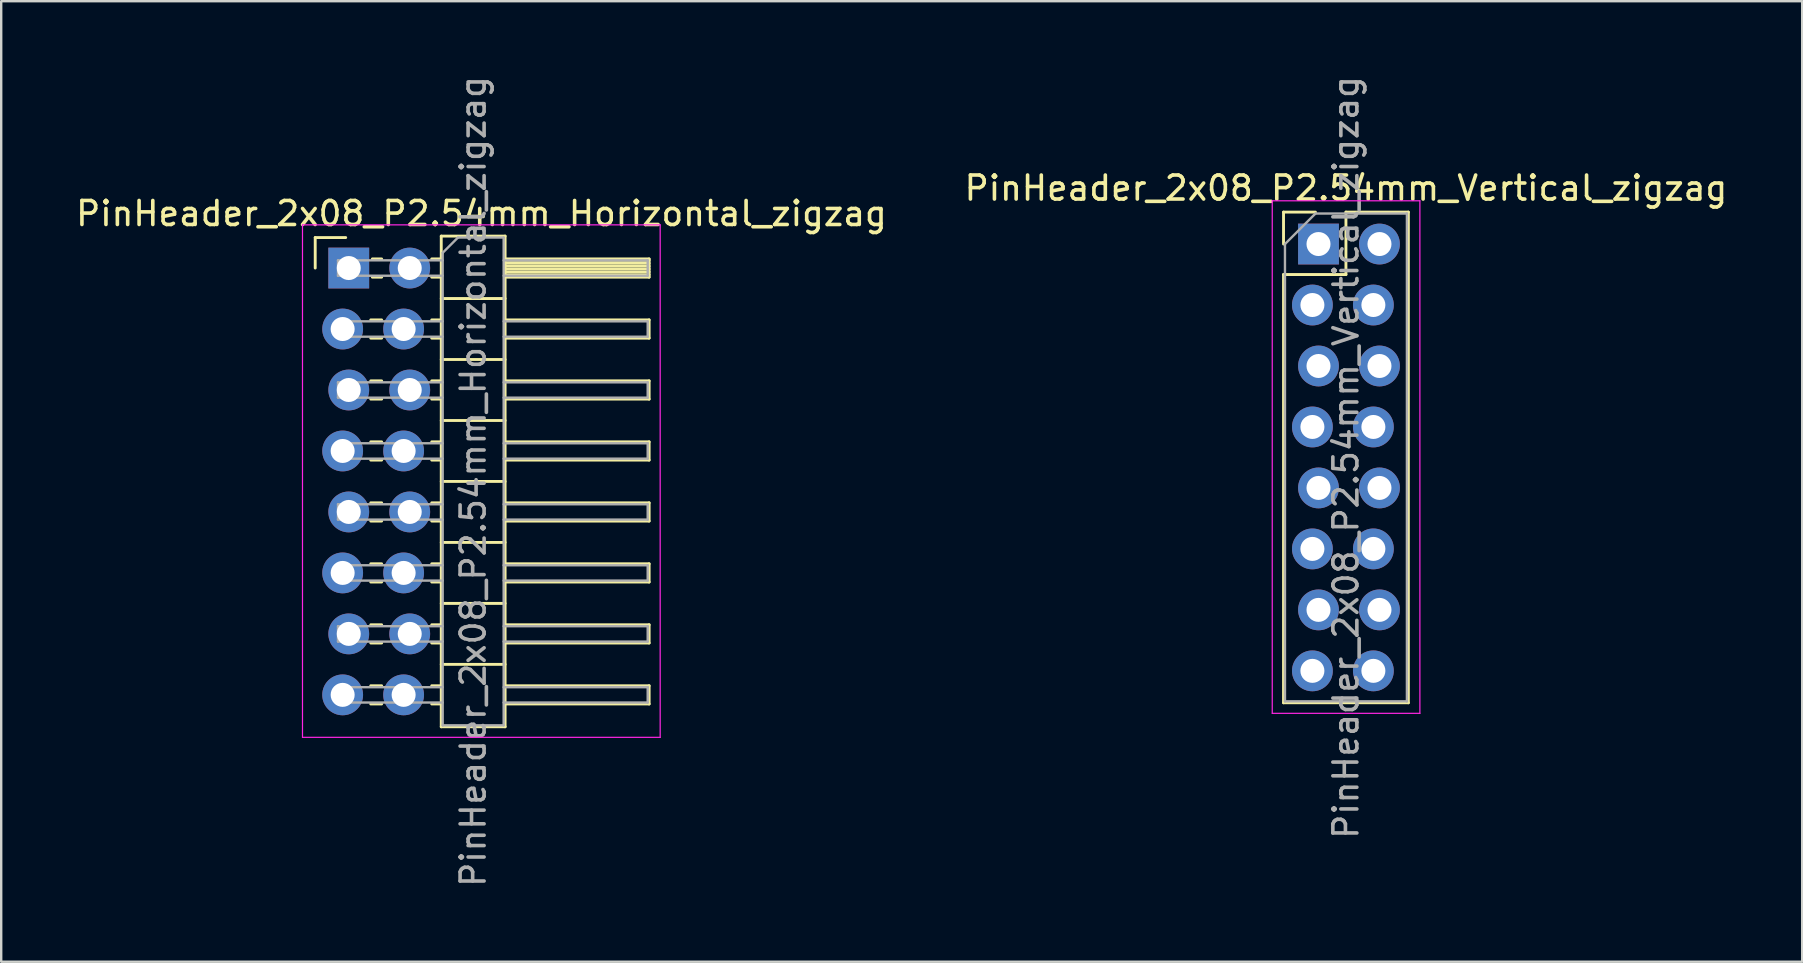
<source format=kicad_pcb>
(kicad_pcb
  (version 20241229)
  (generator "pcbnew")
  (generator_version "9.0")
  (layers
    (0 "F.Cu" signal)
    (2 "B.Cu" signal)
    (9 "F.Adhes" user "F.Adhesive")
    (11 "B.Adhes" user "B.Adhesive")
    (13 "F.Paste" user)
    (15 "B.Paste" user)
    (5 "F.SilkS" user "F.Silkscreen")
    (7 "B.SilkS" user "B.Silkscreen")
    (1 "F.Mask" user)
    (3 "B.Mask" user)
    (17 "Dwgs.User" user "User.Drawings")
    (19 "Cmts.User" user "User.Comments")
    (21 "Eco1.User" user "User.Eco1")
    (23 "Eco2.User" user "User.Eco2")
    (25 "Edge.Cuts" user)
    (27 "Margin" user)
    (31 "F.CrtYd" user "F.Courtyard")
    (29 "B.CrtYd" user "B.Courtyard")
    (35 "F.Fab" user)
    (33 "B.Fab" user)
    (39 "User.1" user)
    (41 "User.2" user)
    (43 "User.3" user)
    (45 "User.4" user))
  (footprint "PinHeader_2x08_P2.54mm_Horizontal_zigzag"
    (layer "F.Cu")
    (at 11.351 8.116)
    (property "Reference" "PinHeader_2x08_P2.54mm_Horizontal_zigzag" (at 5.655 -2.27 0) (layer "F.SilkS") (effects (font (size 1 1) (thickness 0.15))))
    (attr through_hole)
    (fp_line (start -1.27 -1.27) (end 0 -1.27) (stroke (width 0.12) (type solid)) (layer "F.SilkS"))
    (fp_line (start -1.27 0) (end -1.27 -1.27) (stroke (width 0.12) (type solid)) (layer "F.SilkS"))
    (fp_line (start 1.043 2.16) (end 1.497 2.16) (stroke (width 0.12) (type solid)) (layer "F.SilkS"))
    (fp_line (start 1.043 2.92) (end 1.497 2.92) (stroke (width 0.12) (type solid)) (layer "F.SilkS"))
    (fp_line (start 1.043 4.7) (end 1.497 4.7) (stroke (width 0.12) (type solid)) (layer "F.SilkS"))
    (fp_line (start 1.043 5.46) (end 1.497 5.46) (stroke (width 0.12) (type solid)) (layer "F.SilkS"))
    (fp_line (start 1.043 7.24) (end 1.497 7.24) (stroke (width 0.12) (type solid)) (layer "F.SilkS"))
    (fp_line (start 1.043 8) (end 1.497 8) (stroke (width 0.12) (type solid)) (layer "F.SilkS"))
    (fp_line (start 1.043 9.78) (end 1.497 9.78) (stroke (width 0.12) (type solid)) (layer "F.SilkS"))
    (fp_line (start 1.043 10.54) (end 1.497 10.54) (stroke (width 0.12) (type solid)) (layer "F.SilkS"))
    (fp_line (start 1.043 12.32) (end 1.497 12.32) (stroke (width 0.12) (type solid)) (layer "F.SilkS"))
    (fp_line (start 1.043 13.08) (end 1.497 13.08) (stroke (width 0.12) (type solid)) (layer "F.SilkS"))
    (fp_line (start 1.043 14.86) (end 1.497 14.86) (stroke (width 0.12) (type solid)) (layer "F.SilkS"))
    (fp_line (start 1.043 15.62) (end 1.497 15.62) (stroke (width 0.12) (type solid)) (layer "F.SilkS"))
    (fp_line (start 1.043 17.4) (end 1.497 17.4) (stroke (width 0.12) (type solid)) (layer "F.SilkS"))
    (fp_line (start 1.043 18.16) (end 1.497 18.16) (stroke (width 0.12) (type solid)) (layer "F.SilkS"))
    (fp_line (start 1.11 -0.38) (end 1.497 -0.38) (stroke (width 0.12) (type solid)) (layer "F.SilkS"))
    (fp_line (start 1.11 0.38) (end 1.497 0.38) (stroke (width 0.12) (type solid)) (layer "F.SilkS"))
    (fp_line (start 3.583 -0.38) (end 3.98 -0.38) (stroke (width 0.12) (type solid)) (layer "F.SilkS"))
    (fp_line (start 3.583 0.38) (end 3.98 0.38) (stroke (width 0.12) (type solid)) (layer "F.SilkS"))
    (fp_line (start 3.583 2.16) (end 3.98 2.16) (stroke (width 0.12) (type solid)) (layer "F.SilkS"))
    (fp_line (start 3.583 2.92) (end 3.98 2.92) (stroke (width 0.12) (type solid)) (layer "F.SilkS"))
    (fp_line (start 3.583 4.7) (end 3.98 4.7) (stroke (width 0.12) (type solid)) (layer "F.SilkS"))
    (fp_line (start 3.583 5.46) (end 3.98 5.46) (stroke (width 0.12) (type solid)) (layer "F.SilkS"))
    (fp_line (start 3.583 7.24) (end 3.98 7.24) (stroke (width 0.12) (type solid)) (layer "F.SilkS"))
    (fp_line (start 3.583 8) (end 3.98 8) (stroke (width 0.12) (type solid)) (layer "F.SilkS"))
    (fp_line (start 3.583 9.78) (end 3.98 9.78) (stroke (width 0.12) (type solid)) (layer "F.SilkS"))
    (fp_line (start 3.583 10.54) (end 3.98 10.54) (stroke (width 0.12) (type solid)) (layer "F.SilkS"))
    (fp_line (start 3.583 12.32) (end 3.98 12.32) (stroke (width 0.12) (type solid)) (layer "F.SilkS"))
    (fp_line (start 3.583 13.08) (end 3.98 13.08) (stroke (width 0.12) (type solid)) (layer "F.SilkS"))
    (fp_line (start 3.583 14.86) (end 3.98 14.86) (stroke (width 0.12) (type solid)) (layer "F.SilkS"))
    (fp_line (start 3.583 15.62) (end 3.98 15.62) (stroke (width 0.12) (type solid)) (layer "F.SilkS"))
    (fp_line (start 3.583 17.4) (end 3.98 17.4) (stroke (width 0.12) (type solid)) (layer "F.SilkS"))
    (fp_line (start 3.583 18.16) (end 3.98 18.16) (stroke (width 0.12) (type solid)) (layer "F.SilkS"))
    (fp_line (start 3.98 -1.33) (end 3.98 19.11) (stroke (width 0.12) (type solid)) (layer "F.SilkS"))
    (fp_line (start 3.98 1.27) (end 6.64 1.27) (stroke (width 0.12) (type solid)) (layer "F.SilkS"))
    (fp_line (start 3.98 3.81) (end 6.64 3.81) (stroke (width 0.12) (type solid)) (layer "F.SilkS"))
    (fp_line (start 3.98 6.35) (end 6.64 6.35) (stroke (width 0.12) (type solid)) (layer "F.SilkS"))
    (fp_line (start 3.98 8.89) (end 6.64 8.89) (stroke (width 0.12) (type solid)) (layer "F.SilkS"))
    (fp_line (start 3.98 11.43) (end 6.64 11.43) (stroke (width 0.12) (type solid)) (layer "F.SilkS"))
    (fp_line (start 3.98 13.97) (end 6.64 13.97) (stroke (width 0.12) (type solid)) (layer "F.SilkS"))
    (fp_line (start 3.98 16.51) (end 6.64 16.51) (stroke (width 0.12) (type solid)) (layer "F.SilkS"))
    (fp_line (start 3.98 19.11) (end 6.64 19.11) (stroke (width 0.12) (type solid)) (layer "F.SilkS"))
    (fp_line (start 6.64 -1.33) (end 3.98 -1.33) (stroke (width 0.12) (type solid)) (layer "F.SilkS"))
    (fp_line (start 6.64 -0.38) (end 12.64 -0.38) (stroke (width 0.12) (type solid)) (layer "F.SilkS"))
    (fp_line (start 6.64 -0.32) (end 12.64 -0.32) (stroke (width 0.12) (type solid)) (layer "F.SilkS"))
    (fp_line (start 6.64 -0.2) (end 12.64 -0.2) (stroke (width 0.12) (type solid)) (layer "F.SilkS"))
    (fp_line (start 6.64 -0.08) (end 12.64 -0.08) (stroke (width 0.12) (type solid)) (layer "F.SilkS"))
    (fp_line (start 6.64 0.04) (end 12.64 0.04) (stroke (width 0.12) (type solid)) (layer "F.SilkS"))
    (fp_line (start 6.64 0.16) (end 12.64 0.16) (stroke (width 0.12) (type solid)) (layer "F.SilkS"))
    (fp_line (start 6.64 0.28) (end 12.64 0.28) (stroke (width 0.12) (type solid)) (layer "F.SilkS"))
    (fp_line (start 6.64 2.16) (end 12.64 2.16) (stroke (width 0.12) (type solid)) (layer "F.SilkS"))
    (fp_line (start 6.64 4.7) (end 12.64 4.7) (stroke (width 0.12) (type solid)) (layer "F.SilkS"))
    (fp_line (start 6.64 7.24) (end 12.64 7.24) (stroke (width 0.12) (type solid)) (layer "F.SilkS"))
    (fp_line (start 6.64 9.78) (end 12.64 9.78) (stroke (width 0.12) (type solid)) (layer "F.SilkS"))
    (fp_line (start 6.64 12.32) (end 12.64 12.32) (stroke (width 0.12) (type solid)) (layer "F.SilkS"))
    (fp_line (start 6.64 14.86) (end 12.64 14.86) (stroke (width 0.12) (type solid)) (layer "F.SilkS"))
    (fp_line (start 6.64 17.4) (end 12.64 17.4) (stroke (width 0.12) (type solid)) (layer "F.SilkS"))
    (fp_line (start 6.64 19.11) (end 6.64 -1.33) (stroke (width 0.12) (type solid)) (layer "F.SilkS"))
    (fp_line (start 12.64 -0.38) (end 12.64 0.38) (stroke (width 0.12) (type solid)) (layer "F.SilkS"))
    (fp_line (start 12.64 0.38) (end 6.64 0.38) (stroke (width 0.12) (type solid)) (layer "F.SilkS"))
    (fp_line (start 12.64 2.16) (end 12.64 2.92) (stroke (width 0.12) (type solid)) (layer "F.SilkS"))
    (fp_line (start 12.64 2.92) (end 6.64 2.92) (stroke (width 0.12) (type solid)) (layer "F.SilkS"))
    (fp_line (start 12.64 4.7) (end 12.64 5.46) (stroke (width 0.12) (type solid)) (layer "F.SilkS"))
    (fp_line (start 12.64 5.46) (end 6.64 5.46) (stroke (width 0.12) (type solid)) (layer "F.SilkS"))
    (fp_line (start 12.64 7.24) (end 12.64 8) (stroke (width 0.12) (type solid)) (layer "F.SilkS"))
    (fp_line (start 12.64 8) (end 6.64 8) (stroke (width 0.12) (type solid)) (layer "F.SilkS"))
    (fp_line (start 12.64 9.78) (end 12.64 10.54) (stroke (width 0.12) (type solid)) (layer "F.SilkS"))
    (fp_line (start 12.64 10.54) (end 6.64 10.54) (stroke (width 0.12) (type solid)) (layer "F.SilkS"))
    (fp_line (start 12.64 12.32) (end 12.64 13.08) (stroke (width 0.12) (type solid)) (layer "F.SilkS"))
    (fp_line (start 12.64 13.08) (end 6.64 13.08) (stroke (width 0.12) (type solid)) (layer "F.SilkS"))
    (fp_line (start 12.64 14.86) (end 12.64 15.62) (stroke (width 0.12) (type solid)) (layer "F.SilkS"))
    (fp_line (start 12.64 15.62) (end 6.64 15.62) (stroke (width 0.12) (type solid)) (layer "F.SilkS"))
    (fp_line (start 12.64 17.4) (end 12.64 18.16) (stroke (width 0.12) (type solid)) (layer "F.SilkS"))
    (fp_line (start 12.64 18.16) (end 6.64 18.16) (stroke (width 0.12) (type solid)) (layer "F.SilkS"))
    (fp_line (start -1.8 -1.8) (end -1.8 19.55) (stroke (width 0.05) (type solid)) (layer "F.CrtYd"))
    (fp_line (start -1.8 19.55) (end 13.1 19.55) (stroke (width 0.05) (type solid)) (layer "F.CrtYd"))
    (fp_line (start 13.1 -1.8) (end -1.8 -1.8) (stroke (width 0.05) (type solid)) (layer "F.CrtYd"))
    (fp_line (start 13.1 19.55) (end 13.1 -1.8) (stroke (width 0.05) (type solid)) (layer "F.CrtYd"))
    (fp_line (start -0.32 -0.32) (end -0.32 0.32) (stroke (width 0.1) (type solid)) (layer "F.Fab"))
    (fp_line (start -0.32 -0.32) (end 4.04 -0.32) (stroke (width 0.1) (type solid)) (layer "F.Fab"))
    (fp_line (start -0.32 0.32) (end 4.04 0.32) (stroke (width 0.1) (type solid)) (layer "F.Fab"))
    (fp_line (start -0.32 2.22) (end -0.32 2.86) (stroke (width 0.1) (type solid)) (layer "F.Fab"))
    (fp_line (start -0.32 2.22) (end 4.04 2.22) (stroke (width 0.1) (type solid)) (layer "F.Fab"))
    (fp_line (start -0.32 2.86) (end 4.04 2.86) (stroke (width 0.1) (type solid)) (layer "F.Fab"))
    (fp_line (start -0.32 4.76) (end -0.32 5.4) (stroke (width 0.1) (type solid)) (layer "F.Fab"))
    (fp_line (start -0.32 4.76) (end 4.04 4.76) (stroke (width 0.1) (type solid)) (layer "F.Fab"))
    (fp_line (start -0.32 5.4) (end 4.04 5.4) (stroke (width 0.1) (type solid)) (layer "F.Fab"))
    (fp_line (start -0.32 7.3) (end -0.32 7.94) (stroke (width 0.1) (type solid)) (layer "F.Fab"))
    (fp_line (start -0.32 7.3) (end 4.04 7.3) (stroke (width 0.1) (type solid)) (layer "F.Fab"))
    (fp_line (start -0.32 7.94) (end 4.04 7.94) (stroke (width 0.1) (type solid)) (layer "F.Fab"))
    (fp_line (start -0.32 9.84) (end -0.32 10.48) (stroke (width 0.1) (type solid)) (layer "F.Fab"))
    (fp_line (start -0.32 9.84) (end 4.04 9.84) (stroke (width 0.1) (type solid)) (layer "F.Fab"))
    (fp_line (start -0.32 10.48) (end 4.04 10.48) (stroke (width 0.1) (type solid)) (layer "F.Fab"))
    (fp_line (start -0.32 12.38) (end -0.32 13.02) (stroke (width 0.1) (type solid)) (layer "F.Fab"))
    (fp_line (start -0.32 12.38) (end 4.04 12.38) (stroke (width 0.1) (type solid)) (layer "F.Fab"))
    (fp_line (start -0.32 13.02) (end 4.04 13.02) (stroke (width 0.1) (type solid)) (layer "F.Fab"))
    (fp_line (start -0.32 14.92) (end -0.32 15.56) (stroke (width 0.1) (type solid)) (layer "F.Fab"))
    (fp_line (start -0.32 14.92) (end 4.04 14.92) (stroke (width 0.1) (type solid)) (layer "F.Fab"))
    (fp_line (start -0.32 15.56) (end 4.04 15.56) (stroke (width 0.1) (type solid)) (layer "F.Fab"))
    (fp_line (start -0.32 17.46) (end -0.32 18.1) (stroke (width 0.1) (type solid)) (layer "F.Fab"))
    (fp_line (start -0.32 17.46) (end 4.04 17.46) (stroke (width 0.1) (type solid)) (layer "F.Fab"))
    (fp_line (start -0.32 18.1) (end 4.04 18.1) (stroke (width 0.1) (type solid)) (layer "F.Fab"))
    (fp_line (start 4.04 -0.635) (end 4.675 -1.27) (stroke (width 0.1) (type solid)) (layer "F.Fab"))
    (fp_line (start 4.04 19.05) (end 4.04 -0.635) (stroke (width 0.1) (type solid)) (layer "F.Fab"))
    (fp_line (start 4.675 -1.27) (end 6.58 -1.27) (stroke (width 0.1) (type solid)) (layer "F.Fab"))
    (fp_line (start 6.58 -1.27) (end 6.58 19.05) (stroke (width 0.1) (type solid)) (layer "F.Fab"))
    (fp_line (start 6.58 -0.32) (end 12.58 -0.32) (stroke (width 0.1) (type solid)) (layer "F.Fab"))
    (fp_line (start 6.58 0.32) (end 12.58 0.32) (stroke (width 0.1) (type solid)) (layer "F.Fab"))
    (fp_line (start 6.58 2.22) (end 12.58 2.22) (stroke (width 0.1) (type solid)) (layer "F.Fab"))
    (fp_line (start 6.58 2.86) (end 12.58 2.86) (stroke (width 0.1) (type solid)) (layer "F.Fab"))
    (fp_line (start 6.58 4.76) (end 12.58 4.76) (stroke (width 0.1) (type solid)) (layer "F.Fab"))
    (fp_line (start 6.58 5.4) (end 12.58 5.4) (stroke (width 0.1) (type solid)) (layer "F.Fab"))
    (fp_line (start 6.58 7.3) (end 12.58 7.3) (stroke (width 0.1) (type solid)) (layer "F.Fab"))
    (fp_line (start 6.58 7.94) (end 12.58 7.94) (stroke (width 0.1) (type solid)) (layer "F.Fab"))
    (fp_line (start 6.58 9.84) (end 12.58 9.84) (stroke (width 0.1) (type solid)) (layer "F.Fab"))
    (fp_line (start 6.58 10.48) (end 12.58 10.48) (stroke (width 0.1) (type solid)) (layer "F.Fab"))
    (fp_line (start 6.58 12.38) (end 12.58 12.38) (stroke (width 0.1) (type solid)) (layer "F.Fab"))
    (fp_line (start 6.58 13.02) (end 12.58 13.02) (stroke (width 0.1) (type solid)) (layer "F.Fab"))
    (fp_line (start 6.58 14.92) (end 12.58 14.92) (stroke (width 0.1) (type solid)) (layer "F.Fab"))
    (fp_line (start 6.58 15.56) (end 12.58 15.56) (stroke (width 0.1) (type solid)) (layer "F.Fab"))
    (fp_line (start 6.58 17.46) (end 12.58 17.46) (stroke (width 0.1) (type solid)) (layer "F.Fab"))
    (fp_line (start 6.58 18.1) (end 12.58 18.1) (stroke (width 0.1) (type solid)) (layer "F.Fab"))
    (fp_line (start 6.58 19.05) (end 4.04 19.05) (stroke (width 0.1) (type solid)) (layer "F.Fab"))
    (fp_line (start 12.58 -0.32) (end 12.58 0.32) (stroke (width 0.1) (type solid)) (layer "F.Fab"))
    (fp_line (start 12.58 2.22) (end 12.58 2.86) (stroke (width 0.1) (type solid)) (layer "F.Fab"))
    (fp_line (start 12.58 4.76) (end 12.58 5.4) (stroke (width 0.1) (type solid)) (layer "F.Fab"))
    (fp_line (start 12.58 7.3) (end 12.58 7.94) (stroke (width 0.1) (type solid)) (layer "F.Fab"))
    (fp_line (start 12.58 9.84) (end 12.58 10.48) (stroke (width 0.1) (type solid)) (layer "F.Fab"))
    (fp_line (start 12.58 12.38) (end 12.58 13.02) (stroke (width 0.1) (type solid)) (layer "F.Fab"))
    (fp_line (start 12.58 14.92) (end 12.58 15.56) (stroke (width 0.1) (type solid)) (layer "F.Fab"))
    (fp_line (start 12.58 17.46) (end 12.58 18.1) (stroke (width 0.1) (type solid)) (layer "F.Fab"))
    (fp_text user "${REFERENCE}" (at 5.31 8.89 90) (layer "F.Fab") (effects (font (size 1 1) (thickness 0.15))))
    (pad "1" thru_hole rect (at 0.127 0) (size 1.7 1.7) (drill 1) (layers "*.Cu" "*.Mask"))
    (pad "2" thru_hole oval (at 2.667 0) (size 1.7 1.7) (drill 1) (layers "*.Cu" "*.Mask"))
    (pad "3" thru_hole oval (at -0.127 2.54) (size 1.7 1.7) (drill 1) (layers "*.Cu" "*.Mask"))
    (pad "4" thru_hole oval (at 2.413 2.54) (size 1.7 1.7) (drill 1) (layers "*.Cu" "*.Mask"))
    (pad "5" thru_hole oval (at 0.127 5.08) (size 1.7 1.7) (drill 1) (layers "*.Cu" "*.Mask"))
    (pad "6" thru_hole oval (at 2.667 5.08) (size 1.7 1.7) (drill 1) (layers "*.Cu" "*.Mask"))
    (pad "7" thru_hole oval (at -0.127 7.62) (size 1.7 1.7) (drill 1) (layers "*.Cu" "*.Mask"))
    (pad "8" thru_hole oval (at 2.413 7.62) (size 1.7 1.7) (drill 1) (layers "*.Cu" "*.Mask"))
    (pad "9" thru_hole oval (at 0.127 10.16) (size 1.7 1.7) (drill 1) (layers "*.Cu" "*.Mask"))
    (pad "10" thru_hole oval (at 2.667 10.16) (size 1.7 1.7) (drill 1) (layers "*.Cu" "*.Mask"))
    (pad "11" thru_hole oval (at -0.127 12.7) (size 1.7 1.7) (drill 1) (layers "*.Cu" "*.Mask"))
    (pad "12" thru_hole oval (at 2.413 12.7) (size 1.7 1.7) (drill 1) (layers "*.Cu" "*.Mask"))
    (pad "13" thru_hole oval (at 0.127 15.24) (size 1.7 1.7) (drill 1) (layers "*.Cu" "*.Mask"))
    (pad "14" thru_hole oval (at 2.667 15.24) (size 1.7 1.7) (drill 1) (layers "*.Cu" "*.Mask"))
    (pad "15" thru_hole oval (at -0.127 17.78) (size 1.7 1.7) (drill 1) (layers "*.Cu" "*.Mask"))
    (pad "16" thru_hole oval (at 2.413 17.78) (size 1.7 1.7) (drill 1) (layers "*.Cu" "*.Mask")))
  (footprint "PinHeader_2x08_P2.54mm_Vertical_zigzag"
    (layer "F.Cu")
    (at 51.748 7.116)
    (property "Reference" "PinHeader_2x08_P2.54mm_Vertical_zigzag" (at 1.27 -2.33 0) (layer "F.SilkS") (effects (font (size 1 1) (thickness 0.15))))
    (attr through_hole)
    (fp_line (start -1.33 -1.33) (end 0 -1.33) (stroke (width 0.12) (type solid)) (layer "F.SilkS"))
    (fp_line (start -1.33 0) (end -1.33 -1.33) (stroke (width 0.12) (type solid)) (layer "F.SilkS"))
    (fp_line (start -1.33 1.27) (end -1.33 19.11) (stroke (width 0.12) (type solid)) (layer "F.SilkS"))
    (fp_line (start -1.33 1.27) (end 1.27 1.27) (stroke (width 0.12) (type solid)) (layer "F.SilkS"))
    (fp_line (start -1.33 19.11) (end 3.87 19.11) (stroke (width 0.12) (type solid)) (layer "F.SilkS"))
    (fp_line (start 1.27 -1.33) (end 3.87 -1.33) (stroke (width 0.12) (type solid)) (layer "F.SilkS"))
    (fp_line (start 1.27 1.27) (end 1.27 -1.33) (stroke (width 0.12) (type solid)) (layer "F.SilkS"))
    (fp_line (start 3.87 -1.33) (end 3.87 19.11) (stroke (width 0.12) (type solid)) (layer "F.SilkS"))
    (fp_line (start -1.8 -1.8) (end -1.8 19.55) (stroke (width 0.05) (type solid)) (layer "F.CrtYd"))
    (fp_line (start -1.8 19.55) (end 4.35 19.55) (stroke (width 0.05) (type solid)) (layer "F.CrtYd"))
    (fp_line (start 4.35 -1.8) (end -1.8 -1.8) (stroke (width 0.05) (type solid)) (layer "F.CrtYd"))
    (fp_line (start 4.35 19.55) (end 4.35 -1.8) (stroke (width 0.05) (type solid)) (layer "F.CrtYd"))
    (fp_line (start -1.27 0) (end 0 -1.27) (stroke (width 0.1) (type solid)) (layer "F.Fab"))
    (fp_line (start -1.27 19.05) (end -1.27 0) (stroke (width 0.1) (type solid)) (layer "F.Fab"))
    (fp_line (start 0 -1.27) (end 3.81 -1.27) (stroke (width 0.1) (type solid)) (layer "F.Fab"))
    (fp_line (start 3.81 -1.27) (end 3.81 19.05) (stroke (width 0.1) (type solid)) (layer "F.Fab"))
    (fp_line (start 3.81 19.05) (end -1.27 19.05) (stroke (width 0.1) (type solid)) (layer "F.Fab"))
    (fp_text user "${REFERENCE}" (at 1.27 8.89 90) (layer "F.Fab") (effects (font (size 1 1) (thickness 0.15))))
    (pad "1" thru_hole rect (at 0.127 0) (size 1.7 1.7) (drill 1) (layers "*.Cu" "*.Mask"))
    (pad "2" thru_hole oval (at 2.667 0) (size 1.7 1.7) (drill 1) (layers "*.Cu" "*.Mask"))
    (pad "3" thru_hole oval (at -0.127 2.54) (size 1.7 1.7) (drill 1) (layers "*.Cu" "*.Mask"))
    (pad "4" thru_hole oval (at 2.413 2.54) (size 1.7 1.7) (drill 1) (layers "*.Cu" "*.Mask"))
    (pad "5" thru_hole oval (at 0.127 5.08) (size 1.7 1.7) (drill 1) (layers "*.Cu" "*.Mask"))
    (pad "6" thru_hole oval (at 2.667 5.08) (size 1.7 1.7) (drill 1) (layers "*.Cu" "*.Mask"))
    (pad "7" thru_hole oval (at -0.127 7.62) (size 1.7 1.7) (drill 1) (layers "*.Cu" "*.Mask"))
    (pad "8" thru_hole oval (at 2.413 7.62) (size 1.7 1.7) (drill 1) (layers "*.Cu" "*.Mask"))
    (pad "9" thru_hole oval (at 0.127 10.16) (size 1.7 1.7) (drill 1) (layers "*.Cu" "*.Mask"))
    (pad "10" thru_hole oval (at 2.667 10.16) (size 1.7 1.7) (drill 1) (layers "*.Cu" "*.Mask"))
    (pad "11" thru_hole oval (at -0.127 12.7) (size 1.7 1.7) (drill 1) (layers "*.Cu" "*.Mask"))
    (pad "12" thru_hole oval (at 2.413 12.7) (size 1.7 1.7) (drill 1) (layers "*.Cu" "*.Mask"))
    (pad "13" thru_hole oval (at 0.127 15.24) (size 1.7 1.7) (drill 1) (layers "*.Cu" "*.Mask"))
    (pad "14" thru_hole oval (at 2.667 15.24) (size 1.7 1.7) (drill 1) (layers "*.Cu" "*.Mask"))
    (pad "15" thru_hole oval (at -0.127 17.78) (size 1.7 1.7) (drill 1) (layers "*.Cu" "*.Mask"))
    (pad "16" thru_hole oval (at 2.413 17.78) (size 1.7 1.7) (drill 1) (layers "*.Cu" "*.Mask")))
  (gr_rect
    (start -3 -3)
    (end 72.024 37.012)
    (stroke (width 0.1) (type default))
    (fill no)
    (layer "Edge.Cuts")))
</source>
